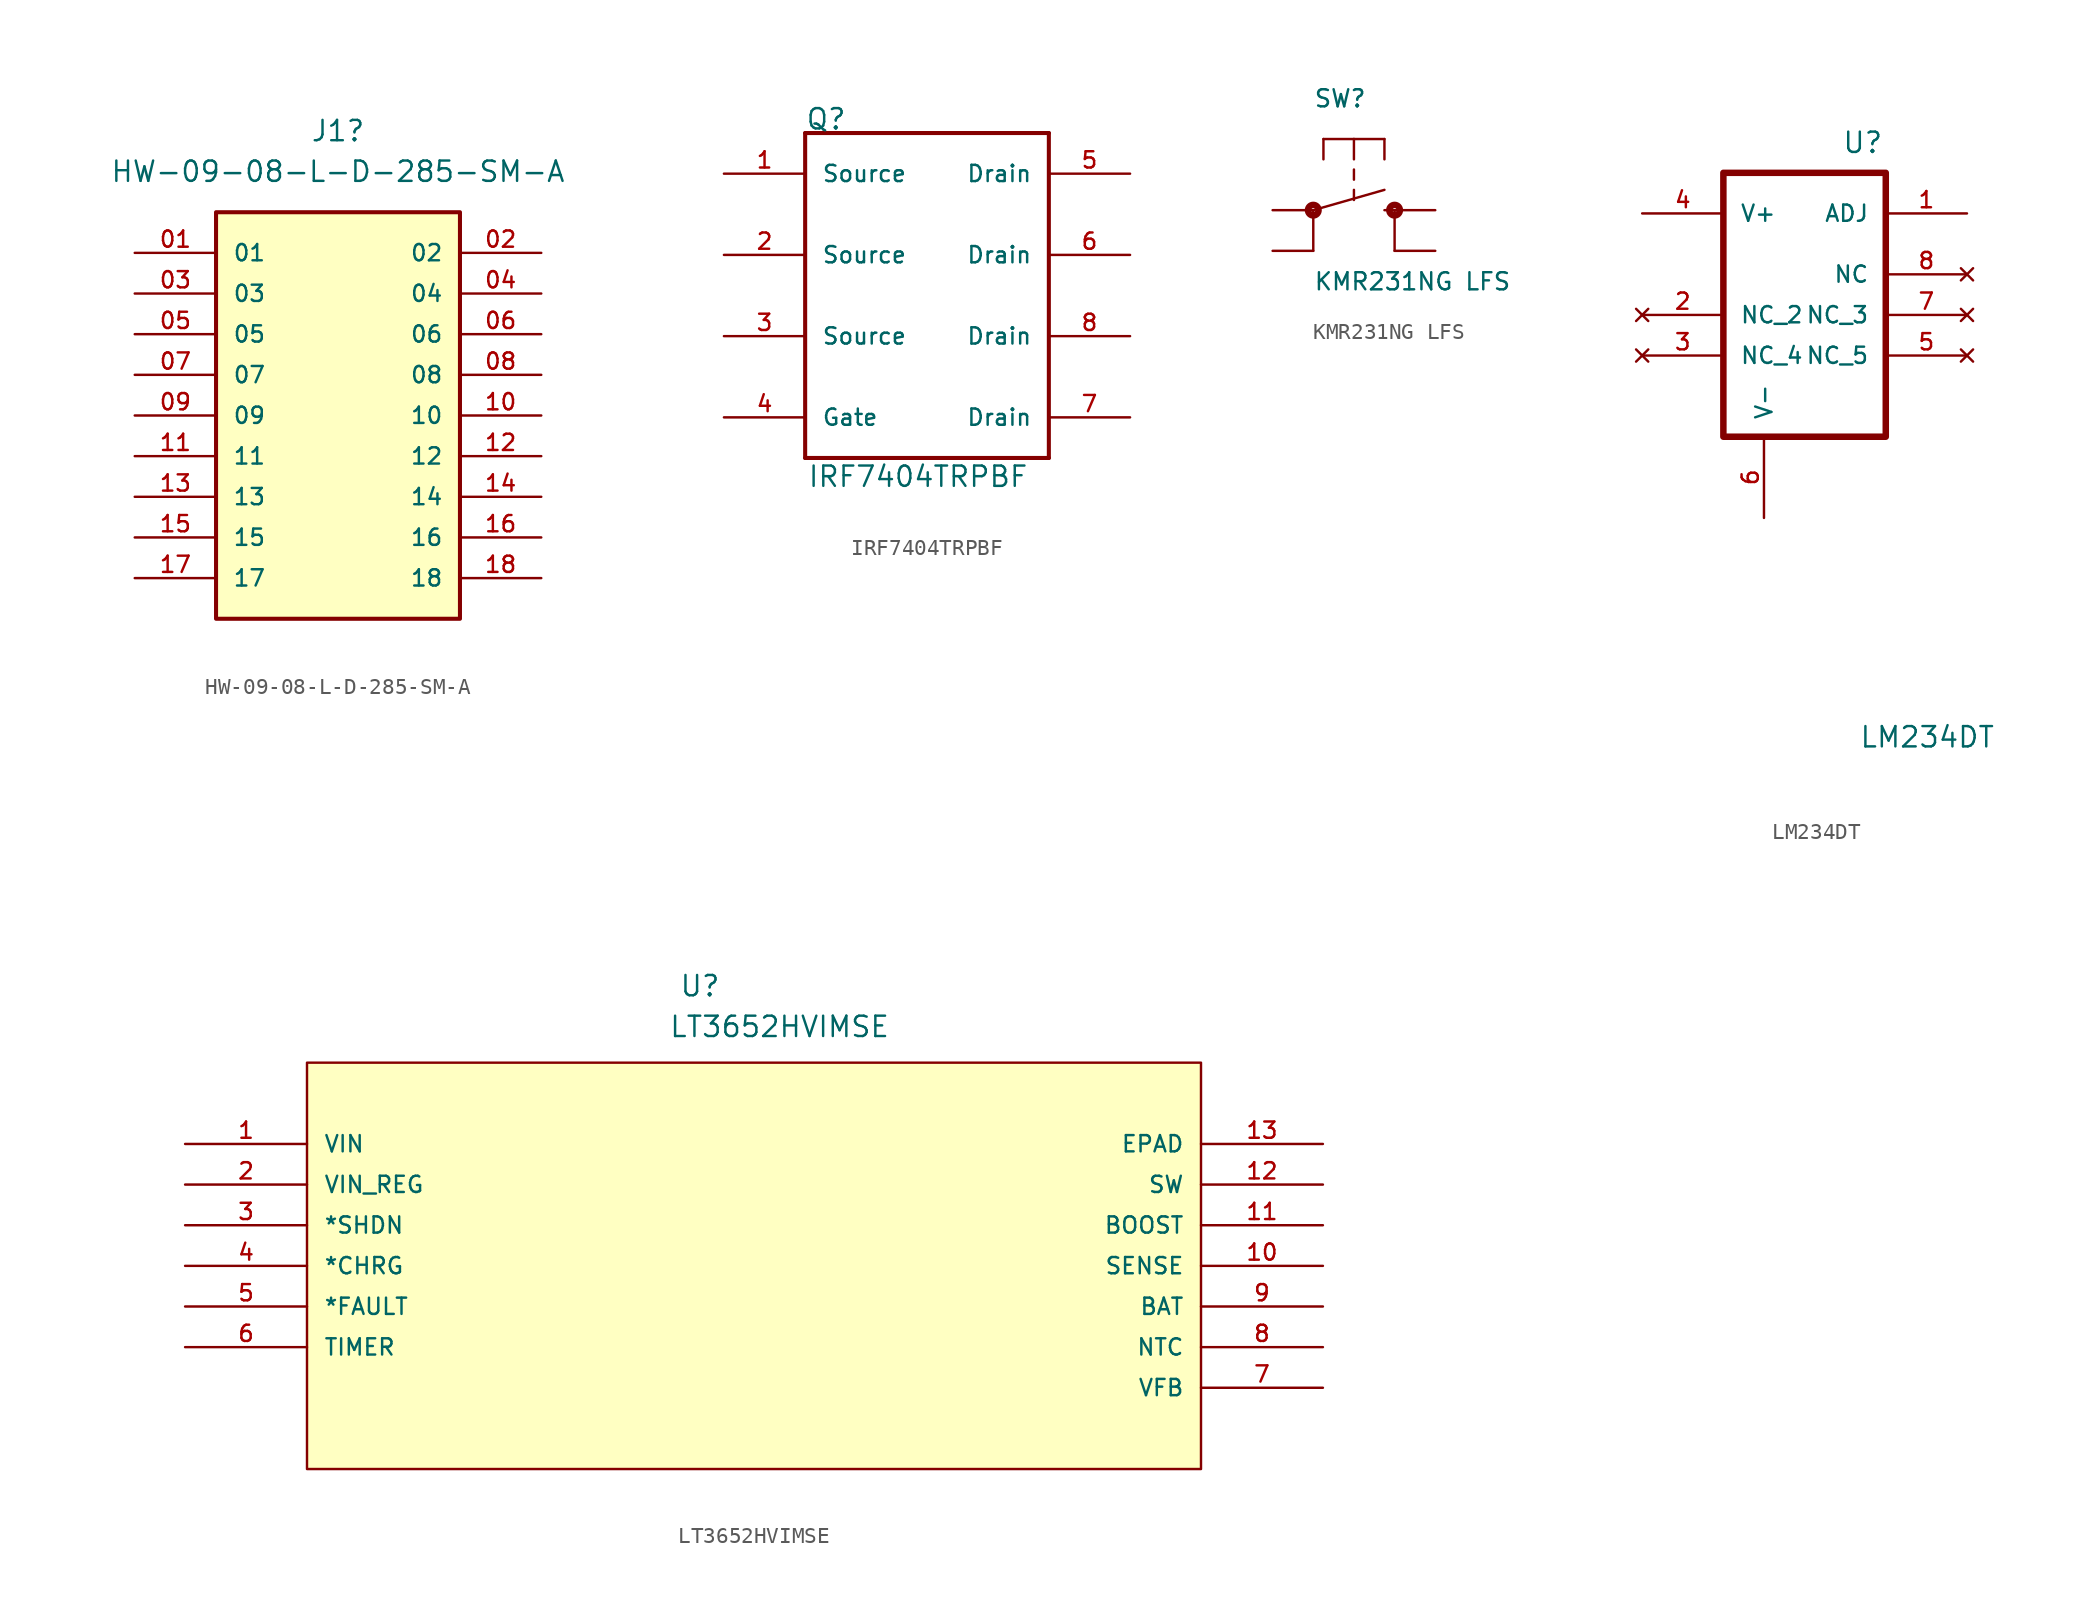
<source format=kicad_sym>
(kicad_symbol_lib
  (version 20220914)
  (generator kicad_symbol_editor)
  (symbol "HW-09-08-L-D-285-SM-A"
    (pin_names
      (offset 1.016))
    (property "Reference" "J1"
      (at 0 17.78 0)
      (effects (font (size 1.27 1.27))))
    (property "Value" "HW-09-08-L-D-285-SM-A"
      (at 0 15.24 0)
      (effects (font (size 1.27 1.27))))
    (symbol "HW-09-08-L-D-285-SM-A_0_0"
      (rectangle (start -7.62 -12.7) (end 7.62 12.7) (stroke (width 0.254) (type default)) (fill (type background)))
      (pin passive line (at -12.7 10.16 0) (length 5.08) (name "01" (effects (font (size 1.016 1.016)))) (number "01" (effects (font (size 1.016 1.016)))))
      (pin passive line (at 12.7 10.16 180) (length 5.08) (name "02" (effects (font (size 1.016 1.016)))) (number "02" (effects (font (size 1.016 1.016)))))
      (pin passive line (at -12.7 7.62 0) (length 5.08) (name "03" (effects (font (size 1.016 1.016)))) (number "03" (effects (font (size 1.016 1.016)))))
      (pin passive line (at 12.7 7.62 180) (length 5.08) (name "04" (effects (font (size 1.016 1.016)))) (number "04" (effects (font (size 1.016 1.016)))))
      (pin passive line (at -12.7 5.08 0) (length 5.08) (name "05" (effects (font (size 1.016 1.016)))) (number "05" (effects (font (size 1.016 1.016)))))
      (pin passive line (at 12.7 5.08 180) (length 5.08) (name "06" (effects (font (size 1.016 1.016)))) (number "06" (effects (font (size 1.016 1.016)))))
      (pin passive line (at -12.7 2.54 0) (length 5.08) (name "07" (effects (font (size 1.016 1.016)))) (number "07" (effects (font (size 1.016 1.016)))))
      (pin passive line (at 12.7 2.54 180) (length 5.08) (name "08" (effects (font (size 1.016 1.016)))) (number "08" (effects (font (size 1.016 1.016)))))
      (pin passive line (at -12.7 0 0) (length 5.08) (name "09" (effects (font (size 1.016 1.016)))) (number "09" (effects (font (size 1.016 1.016)))))
      (pin passive line (at 12.7 0 180) (length 5.08) (name "10" (effects (font (size 1.016 1.016)))) (number "10" (effects (font (size 1.016 1.016)))))
      (pin passive line (at -12.7 -2.54 0) (length 5.08) (name "11" (effects (font (size 1.016 1.016)))) (number "11" (effects (font (size 1.016 1.016)))))
      (pin passive line (at 12.7 -2.54 180) (length 5.08) (name "12" (effects (font (size 1.016 1.016)))) (number "12" (effects (font (size 1.016 1.016)))))
      (pin passive line (at -12.7 -5.08 0) (length 5.08) (name "13" (effects (font (size 1.016 1.016)))) (number "13" (effects (font (size 1.016 1.016)))))
      (pin passive line (at 12.7 -5.08 180) (length 5.08) (name "14" (effects (font (size 1.016 1.016)))) (number "14" (effects (font (size 1.016 1.016)))))
      (pin passive line (at -12.7 -7.62 0) (length 5.08) (name "15" (effects (font (size 1.016 1.016)))) (number "15" (effects (font (size 1.016 1.016)))))
      (pin passive line (at 12.7 -7.62 180) (length 5.08) (name "16" (effects (font (size 1.016 1.016)))) (number "16" (effects (font (size 1.016 1.016)))))
      (pin passive line (at -12.7 -10.16 0) (length 5.08) (name "17" (effects (font (size 1.016 1.016)))) (number "17" (effects (font (size 1.016 1.016)))))
      (pin passive line (at 12.7 -10.16 180) (length 5.08) (name "18" (effects (font (size 1.016 1.016)))) (number "18" (effects (font (size 1.016 1.016)))))))
  (symbol "IRF7404TRPBF"
    (pin_names
      (offset 1.016))
    (property "Reference" "Q"
      (at -7.62 10.287 0)
      (effects (font (size 1.27 1.27)) (justify left bottom)))
    (property "Value" "IRF7404TRPBF"
      (at -7.493 -12.065 0)
      (effects (font (size 1.27 1.27)) (justify left bottom)))
    (symbol "IRF7404TRPBF_0_0"
      (polyline (pts (xy -7.62 -10.16) (xy -7.62 10.16)) (stroke (width 0.254) (type default)) (fill (type none)))
      (polyline (pts (xy -7.62 10.16) (xy 7.62 10.16)) (stroke (width 0.254) (type default)) (fill (type none)))
      (polyline (pts (xy 7.62 -10.16) (xy -7.62 -10.16)) (stroke (width 0.254) (type default)) (fill (type none)))
      (polyline (pts (xy 7.62 10.16) (xy 7.62 -10.16)) (stroke (width 0.254) (type default)) (fill (type none)))
      (pin bidirectional line (at -12.7 7.62 0) (length 5.08) (name "Source" (effects (font (size 1.016 1.016)))) (number "1" (effects (font (size 1.016 1.016)))))
      (pin bidirectional line (at -12.7 2.54 0) (length 5.08) (name "Source" (effects (font (size 1.016 1.016)))) (number "2" (effects (font (size 1.016 1.016)))))
      (pin bidirectional line (at -12.7 -2.54 0) (length 5.08) (name "Source" (effects (font (size 1.016 1.016)))) (number "3" (effects (font (size 1.016 1.016)))))
      (pin bidirectional line (at -12.7 -7.62 0) (length 5.08) (name "Gate" (effects (font (size 1.016 1.016)))) (number "4" (effects (font (size 1.016 1.016)))))
      (pin bidirectional line (at 12.7 7.62 180) (length 5.08) (name "Drain" (effects (font (size 1.016 1.016)))) (number "5" (effects (font (size 1.016 1.016)))))
      (pin bidirectional line (at 12.7 2.54 180) (length 5.08) (name "Drain" (effects (font (size 1.016 1.016)))) (number "6" (effects (font (size 1.016 1.016)))))
      (pin bidirectional line (at 12.7 -7.62 180) (length 5.08) (name "Drain" (effects (font (size 1.016 1.016)))) (number "7" (effects (font (size 1.016 1.016)))))
      (pin bidirectional line (at 12.7 -2.54 180) (length 5.08) (name "Drain" (effects (font (size 1.016 1.016)))) (number "8" (effects (font (size 1.016 1.016)))))))
  (symbol "KMR231NG LFS"
    (pin_names
      (offset 1.016))
    (property "Reference" "SW"
      (at -2.54 6.35 0)
      (effects (font (size 1.067 1.067)) (justify left bottom)))
    (property "Value" "KMR231NG LFS"
      (at -2.54 -5.08 0)
      (effects (font (size 1.067 1.067)) (justify left bottom)))
    (symbol "KMR231NG LFS_1_0"
      (circle (center -2.54 0) (radius 0.127) (stroke (width 0.406) (type default)) (fill (type none)))
      (polyline (pts (xy -2.54 -2.54) (xy -2.54 0)) (stroke (width 0) (type default)) (fill (type none)))
      (polyline (pts (xy -2.54 0) (xy 1.905 1.27)) (stroke (width 0) (type default)) (fill (type none)))
      (polyline (pts (xy -1.905 4.445) (xy -1.905 3.175)) (stroke (width 0) (type default)) (fill (type none)))
      (polyline (pts (xy 0 1.27) (xy 0 0.635)) (stroke (width 0) (type default)) (fill (type none)))
      (polyline (pts (xy 0 2.54) (xy 0 1.905)) (stroke (width 0) (type default)) (fill (type none)))
      (polyline (pts (xy 0 4.445) (xy -1.905 4.445)) (stroke (width 0) (type default)) (fill (type none)))
      (polyline (pts (xy 0 4.445) (xy 0 3.175)) (stroke (width 0) (type default)) (fill (type none)))
      (polyline (pts (xy 1.905 0) (xy 2.54 0)) (stroke (width 0) (type default)) (fill (type none)))
      (polyline (pts (xy 1.905 4.445) (xy 0 4.445)) (stroke (width 0) (type default)) (fill (type none)))
      (polyline (pts (xy 1.905 4.445) (xy 1.905 3.175)) (stroke (width 0) (type default)) (fill (type none)))
      (polyline (pts (xy 2.54 -2.54) (xy 2.54 0)) (stroke (width 0) (type default)) (fill (type none)))
      (circle (center 2.54 0) (radius 0.127) (stroke (width 0.406) (type default)) (fill (type none)))
      (pin passive line (at -5.08 0 0) (length 2.54) (name "P" (effects (font (size 0 0)))) (number "A" (effects (font (size 0 0)))))
      (pin passive line (at -5.08 -2.54 0) (length 2.54) (name "P1" (effects (font (size 0 0)))) (number "A'" (effects (font (size 0 0)))))
      (pin passive line (at 5.08 0 180) (length 2.54) (name "S" (effects (font (size 0 0)))) (number "B" (effects (font (size 0 0)))))
      (pin passive line (at 5.08 -2.54 180) (length 2.54) (name "S1" (effects (font (size 0 0)))) (number "B'" (effects (font (size 0 0)))))))
  (symbol "LM234DT"
    (pin_names
      (offset 1.016))
    (property "Reference" "U"
      (at -5.292 15.114 0)
      (effects (font (size 1.27 1.27)) (justify left bottom)))
    (property "Value" "LM234DT"
      (at -4.217 -22.075 0)
      (effects (font (size 1.27 1.27)) (justify left bottom)))
    (symbol "LM234DT_0_0"
      (rectangle (start -12.7 13.97) (end -2.54 -2.54) (stroke (width 0.406) (type default)) (fill (type none)))
      (pin input line (at 2.54 11.43 180) (length 5.08) (name "ADJ" (effects (font (size 1.016 1.016)))) (number "1" (effects (font (size 1.016 1.016)))))
      (pin no_connect line (at -17.78 5.08 0) (length 5.08) (name "NC_2" (effects (font (size 1.016 1.016)))) (number "2" (effects (font (size 1.016 1.016)))))
      (pin no_connect line (at -17.78 2.54 0) (length 5.08) (name "NC_4" (effects (font (size 1.016 1.016)))) (number "3" (effects (font (size 1.016 1.016)))))
      (pin power_in line (at -17.78 11.43 0) (length 5.08) (name "V+" (effects (font (size 1.016 1.016)))) (number "4" (effects (font (size 1.016 1.016)))))
      (pin no_connect line (at 2.54 2.54 180) (length 5.08) (name "NC_5" (effects (font (size 1.016 1.016)))) (number "5" (effects (font (size 1.016 1.016)))))
      (pin power_in line (at -10.16 -7.62 90) (length 5.08) (name "V-" (effects (font (size 1.016 1.016)))) (number "6" (effects (font (size 1.016 1.016)))))
      (pin no_connect line (at 2.54 5.08 180) (length 5.08) (name "NC_3" (effects (font (size 1.016 1.016)))) (number "7" (effects (font (size 1.016 1.016)))))
      (pin no_connect line (at 2.54 7.62 180) (length 5.08) (name "NC" (effects (font (size 1.016 1.016)))) (number "8" (effects (font (size 1.016 1.016)))))))
  (symbol "LT3652HVIMSE"
    (pin_names
      (offset 1.016))
    (property "Reference" "U"
      (at 30.874 9.13 0)
      (effects (font (size 1.27 1.27)) (justify left bottom)))
    (property "Value" "LT3652HVIMSE"
      (at 30.225 6.584 0)
      (effects (font (size 1.27 1.27)) (justify left bottom)))
    (symbol "LT3652HVIMSE_0_0"
      (rectangle (start 7.62 -20.32) (end 63.5 5.08) (stroke (width 0.152) (type default)) (fill (type background)))
      (pin input line (at 0 0 0) (length 7.62) (name "VIN" (effects (font (size 1.016 1.016)))) (number "1" (effects (font (size 1.016 1.016)))))
      (pin passive line (at 71.12 -7.62 180) (length 7.62) (name "SENSE" (effects (font (size 1.016 1.016)))) (number "10" (effects (font (size 1.016 1.016)))))
      (pin passive line (at 71.12 -5.08 180) (length 7.62) (name "BOOST" (effects (font (size 1.016 1.016)))) (number "11" (effects (font (size 1.016 1.016)))))
      (pin output line (at 71.12 -2.54 180) (length 7.62) (name "SW" (effects (font (size 1.016 1.016)))) (number "12" (effects (font (size 1.016 1.016)))))
      (pin passive line (at 71.12 0 180) (length 7.62) (name "EPAD" (effects (font (size 1.016 1.016)))) (number "13" (effects (font (size 1.016 1.016)))))
      (pin input line (at 0 -2.54 0) (length 7.62) (name "VIN_REG" (effects (font (size 1.016 1.016)))) (number "2" (effects (font (size 1.016 1.016)))))
      (pin input line (at 0 -5.08 0) (length 7.62) (name "*SHDN" (effects (font (size 1.016 1.016)))) (number "3" (effects (font (size 1.016 1.016)))))
      (pin output line (at 0 -7.62 0) (length 7.62) (name "*CHRG" (effects (font (size 1.016 1.016)))) (number "4" (effects (font (size 1.016 1.016)))))
      (pin output line (at 0 -10.16 0) (length 7.62) (name "*FAULT" (effects (font (size 1.016 1.016)))) (number "5" (effects (font (size 1.016 1.016)))))
      (pin passive line (at 0 -12.7 0) (length 7.62) (name "TIMER" (effects (font (size 1.016 1.016)))) (number "6" (effects (font (size 1.016 1.016)))))
      (pin output line (at 71.12 -15.24 180) (length 7.62) (name "VFB" (effects (font (size 1.016 1.016)))) (number "7" (effects (font (size 1.016 1.016)))))
      (pin input line (at 71.12 -12.7 180) (length 7.62) (name "NTC" (effects (font (size 1.016 1.016)))) (number "8" (effects (font (size 1.016 1.016)))))
      (pin output line (at 71.12 -10.16 180) (length 7.62) (name "BAT" (effects (font (size 1.016 1.016)))) (number "9" (effects (font (size 1.016 1.016))))))))
</source>
